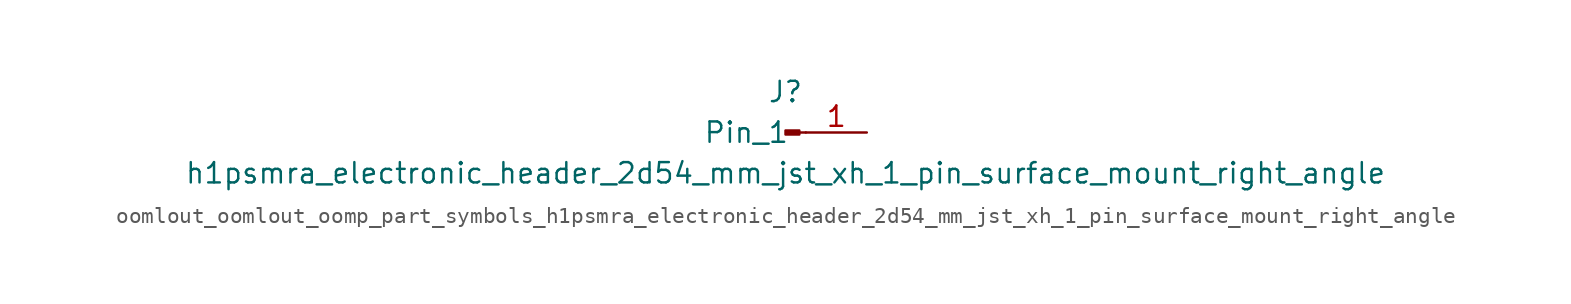
<source format=kicad_sym>
(kicad_symbol_lib
  (version 20220914)
  (generator kicad_symbol_editor)
  (symbol "oomlout_oomlout_oomp_part_symbols_h1psmra_electronic_header_2d54_mm_jst_xh_1_pin_surface_mount_right_angle"
    (pin_names
      (offset 1.016))
    (property "Reference" "J"
      (at 0 2.54 0)
      (effects (font (size 1.27 1.27))))
    (property "Value" "h1psmra_electronic_header_2d54_mm_jst_xh_1_pin_surface_mount_right_angle"
      (at 0 -2.54 0)
      (effects (font (size 1.27 1.27))))
    (property "ki_locked" ""
      (at 0 0 0)
      (effects (font (size 1.27 1.27))))
    (symbol "oomlout_oomlout_oomp_part_symbols_h1psmra_electronic_header_2d54_mm_jst_xh_1_pin_surface_mount_right_angle_1_1"
      (polyline (pts (xy 1.27 0) (xy 0.864 0)) (stroke (width 0.152) (type default)) (fill (type none)))
      (rectangle (start 0.864 0.127) (end 0 -0.127) (stroke (width 0.152) (type default)) (fill (type outline)))
      (pin passive line (at 5.08 0 180) (length 3.81) (name "Pin_1" (effects (font (size 1.27 1.27)))) (number "1" (effects (font (size 1.27 1.27))))))))
</source>
